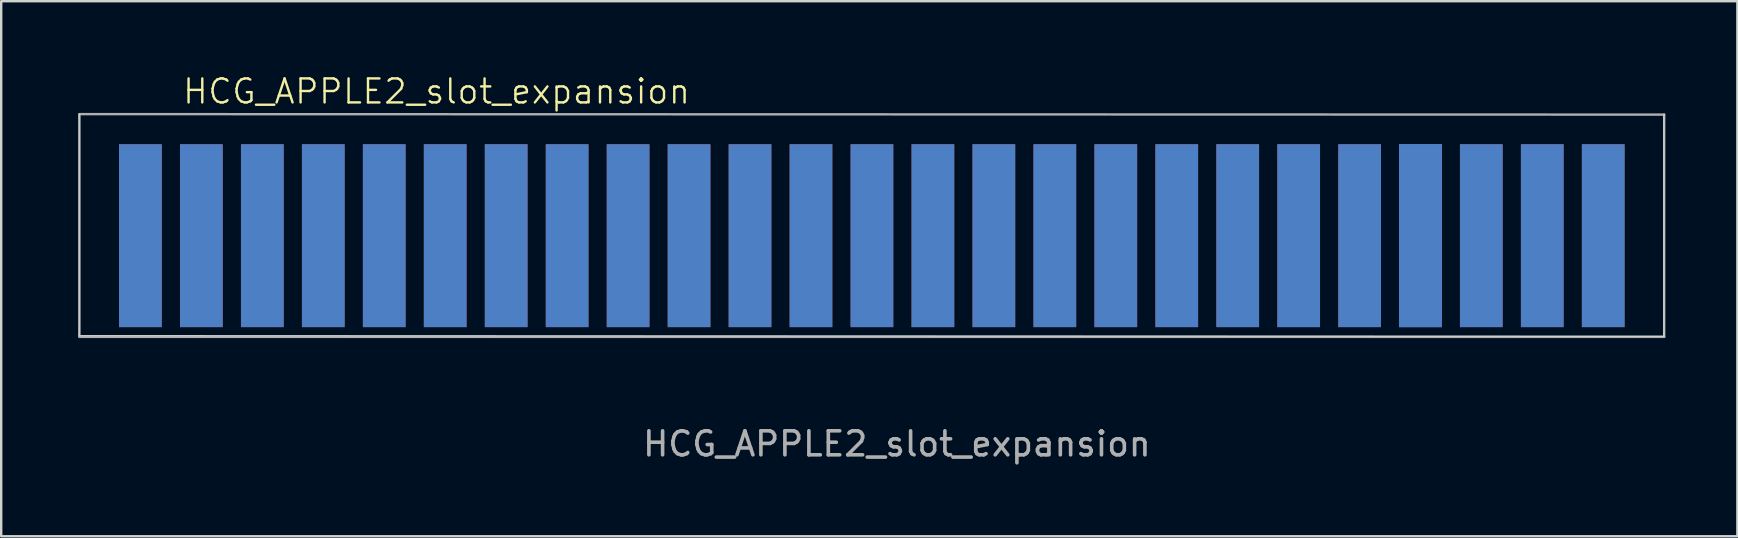
<source format=kicad_pcb>
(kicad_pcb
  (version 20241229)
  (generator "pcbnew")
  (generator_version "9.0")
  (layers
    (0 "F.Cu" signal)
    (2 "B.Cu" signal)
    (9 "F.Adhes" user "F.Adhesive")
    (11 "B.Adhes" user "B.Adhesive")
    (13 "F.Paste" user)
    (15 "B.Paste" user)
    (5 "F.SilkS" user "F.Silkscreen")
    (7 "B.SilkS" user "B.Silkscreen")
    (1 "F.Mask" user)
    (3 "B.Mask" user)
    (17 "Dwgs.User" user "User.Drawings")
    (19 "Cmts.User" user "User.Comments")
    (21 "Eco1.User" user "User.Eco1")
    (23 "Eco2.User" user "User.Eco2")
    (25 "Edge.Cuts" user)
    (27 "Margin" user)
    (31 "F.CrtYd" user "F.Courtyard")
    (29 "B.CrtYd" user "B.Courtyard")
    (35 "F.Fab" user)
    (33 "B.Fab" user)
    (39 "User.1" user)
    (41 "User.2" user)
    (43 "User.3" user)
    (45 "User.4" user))
  (footprint "HCG_APPLE2_slot_expansion"
    (layer "F.Cu")
    (at 0.25 10.995)
    (property "Reference" "HCG_APPLE2_slot_expansion" (at 14.89 -10.235 0) (unlocked yes) (layer "F.SilkS") (effects (font (size 1 1) (thickness 0.1))))
    (attr smd)
    (fp_line (start 0 -9.29) (end 0 -0.06) (stroke (width 0.05) (type default)) (layer "Edge.Cuts"))
    (fp_line (start 0 -0.06) (end 66.03 -0.03) (stroke (width 0.05) (type default)) (layer "Edge.Cuts"))
    (fp_line (start 66.03 -0.03) (end 66.03 -9.28) (stroke (width 0.05) (type default)) (layer "Edge.Cuts"))
    (fp_line (start 0.01 -9.285) (end 0.01 -0.01) (stroke (width 0.1) (type solid)) (layer "F.Fab"))
    (fp_line (start 0.01 -0.01) (end 66.04 -0.01) (stroke (width 0.1) (type solid)) (layer "F.Fab"))
    (fp_line (start 66.04 -9.27) (end 0.01 -9.29) (stroke (width 0.1) (type solid)) (layer "F.Fab"))
    (fp_line (start 66.04 -9.27) (end 66.04 -0.01) (stroke (width 0.1) (type default)) (layer "F.Fab"))
    (fp_text user "${REFERENCE}" (at 34.07 4.45 0) (unlocked yes) (layer "F.Fab") (effects (font (size 1 1) (thickness 0.15))))
    (pad "1" connect rect (at 2.55 -4.225) (size 1.78 7.62) (layers "F.Cu" "F.Mask"))
    (pad "2" connect rect (at 5.09 -4.225) (size 1.78 7.62) (layers "F.Cu" "F.Mask"))
    (pad "3" connect rect (at 7.63 -4.225) (size 1.78 7.62) (layers "F.Cu" "F.Mask"))
    (pad "4" connect rect (at 10.17 -4.225) (size 1.78 7.62) (layers "F.Cu" "F.Mask"))
    (pad "5" connect rect (at 12.71 -4.225) (size 1.78 7.62) (layers "F.Cu" "F.Mask"))
    (pad "6" connect rect (at 15.25 -4.225) (size 1.78 7.62) (layers "F.Cu" "F.Mask"))
    (pad "7" connect rect (at 17.79 -4.225) (size 1.78 7.62) (layers "F.Cu" "F.Mask"))
    (pad "8" connect rect (at 20.33 -4.225) (size 1.78 7.62) (layers "F.Cu" "F.Mask"))
    (pad "9" connect rect (at 22.87 -4.225) (size 1.78 7.62) (layers "F.Cu" "F.Mask"))
    (pad "10" connect rect (at 25.41 -4.225) (size 1.78 7.62) (layers "F.Cu" "F.Mask"))
    (pad "11" connect rect (at 27.95 -4.225) (size 1.78 7.62) (layers "F.Cu" "F.Mask"))
    (pad "12" connect rect (at 30.49 -4.225) (size 1.78 7.62) (layers "F.Cu" "F.Mask"))
    (pad "13" connect rect (at 33.03 -4.225) (size 1.78 7.62) (layers "F.Cu" "F.Mask"))
    (pad "14" connect rect (at 35.57 -4.225) (size 1.78 7.62) (layers "F.Cu" "F.Mask"))
    (pad "15" connect rect (at 38.11 -4.225) (size 1.78 7.62) (layers "F.Cu" "F.Mask"))
    (pad "16" connect rect (at 40.65 -4.225) (size 1.78 7.62) (layers "F.Cu" "F.Mask"))
    (pad "17" connect rect (at 43.19 -4.225) (size 1.78 7.62) (layers "F.Cu" "F.Mask"))
    (pad "18" connect rect (at 45.73 -4.225) (size 1.78 7.62) (layers "F.Cu" "F.Mask"))
    (pad "19" connect rect (at 48.27 -4.225) (size 1.78 7.62) (layers "F.Cu" "F.Mask"))
    (pad "20" connect rect (at 50.81 -4.225) (size 1.78 7.62) (layers "F.Cu" "F.Mask"))
    (pad "21" connect rect (at 53.35 -4.225) (size 1.78 7.62) (layers "F.Cu" "F.Mask"))
    (pad "22" connect rect (at 55.89 -4.225) (size 1.78 7.62) (layers "F.Cu" "F.Mask"))
    (pad "23" connect rect (at 58.42 -4.225) (size 1.78 7.62) (layers "F.Cu" "F.Mask"))
    (pad "24" connect rect (at 60.96 -4.225) (size 1.78 7.62) (layers "F.Cu" "F.Mask"))
    (pad "25" connect rect (at 63.5 -4.225) (size 1.78 7.62) (layers "F.Cu" "F.Mask"))
    (pad "26" connect rect (at 63.5 -4.225) (size 1.78 7.62) (layers "B.Cu" "B.Mask"))
    (pad "27" connect rect (at 60.96 -4.225) (size 1.78 7.62) (layers "B.Cu" "B.Mask"))
    (pad "28" connect rect (at 58.42 -4.225) (size 1.78 7.62) (layers "B.Cu" "B.Mask"))
    (pad "29" connect rect (at 55.89 -4.225) (size 1.78 7.62) (layers "B.Cu" "B.Mask"))
    (pad "30" connect rect (at 53.35 -4.225) (size 1.78 7.62) (layers "B.Cu" "B.Mask"))
    (pad "31" connect rect (at 50.81 -4.225) (size 1.78 7.62) (layers "B.Cu" "B.Mask"))
    (pad "32" connect rect (at 48.27 -4.225) (size 1.78 7.62) (layers "B.Cu" "B.Mask"))
    (pad "33" connect rect (at 45.73 -4.225) (size 1.78 7.62) (layers "B.Cu" "B.Mask"))
    (pad "34" connect rect (at 43.19 -4.225) (size 1.78 7.62) (layers "B.Cu" "B.Mask"))
    (pad "35" connect rect (at 40.65 -4.225) (size 1.78 7.62) (layers "B.Cu" "B.Mask"))
    (pad "36" connect rect (at 38.11 -4.225) (size 1.78 7.62) (layers "B.Cu" "B.Mask"))
    (pad "37" connect rect (at 35.57 -4.225) (size 1.78 7.62) (layers "B.Cu" "B.Mask"))
    (pad "38" connect rect (at 33.03 -4.225) (size 1.78 7.62) (layers "B.Cu" "B.Mask"))
    (pad "39" connect rect (at 30.49 -4.225) (size 1.78 7.62) (layers "B.Cu" "B.Mask"))
    (pad "40" connect rect (at 27.95 -4.225) (size 1.78 7.62) (layers "B.Cu" "B.Mask"))
    (pad "41" connect rect (at 25.41 -4.225) (size 1.78 7.62) (layers "B.Cu" "B.Mask"))
    (pad "42" connect rect (at 22.87 -4.225) (size 1.78 7.62) (layers "B.Cu" "B.Mask"))
    (pad "43" connect rect (at 20.33 -4.225) (size 1.78 7.62) (layers "B.Cu" "B.Mask"))
    (pad "44" connect rect (at 17.79 -4.225) (size 1.78 7.62) (layers "B.Cu" "B.Mask"))
    (pad "45" connect rect (at 15.25 -4.225) (size 1.78 7.62) (layers "B.Cu" "B.Mask"))
    (pad "46" connect rect (at 12.71 -4.225) (size 1.78 7.62) (layers "B.Cu" "B.Mask"))
    (pad "47" connect rect (at 10.17 -4.225) (size 1.78 7.62) (layers "B.Cu" "B.Mask"))
    (pad "48" connect rect (at 7.63 -4.225) (size 1.78 7.62) (layers "B.Cu" "B.Mask"))
    (pad "49" connect rect (at 5.09 -4.225) (size 1.78 7.62) (layers "B.Cu" "B.Mask"))
    (pad "50" connect rect (at 2.55 -4.225) (size 1.78 7.62) (layers "B.Cu" "B.Mask"))
    (pad "U" connect rect (at 55.88 -4.225) (size 1.78 7.62) (layers "B.Cu" "B.Mask")))
  (gr_rect
    (start -3 -3)
    (end 69.34 19.294)
    (stroke (width 0.1) (type default))
    (fill no)
    (layer "Edge.Cuts")))
</source>
